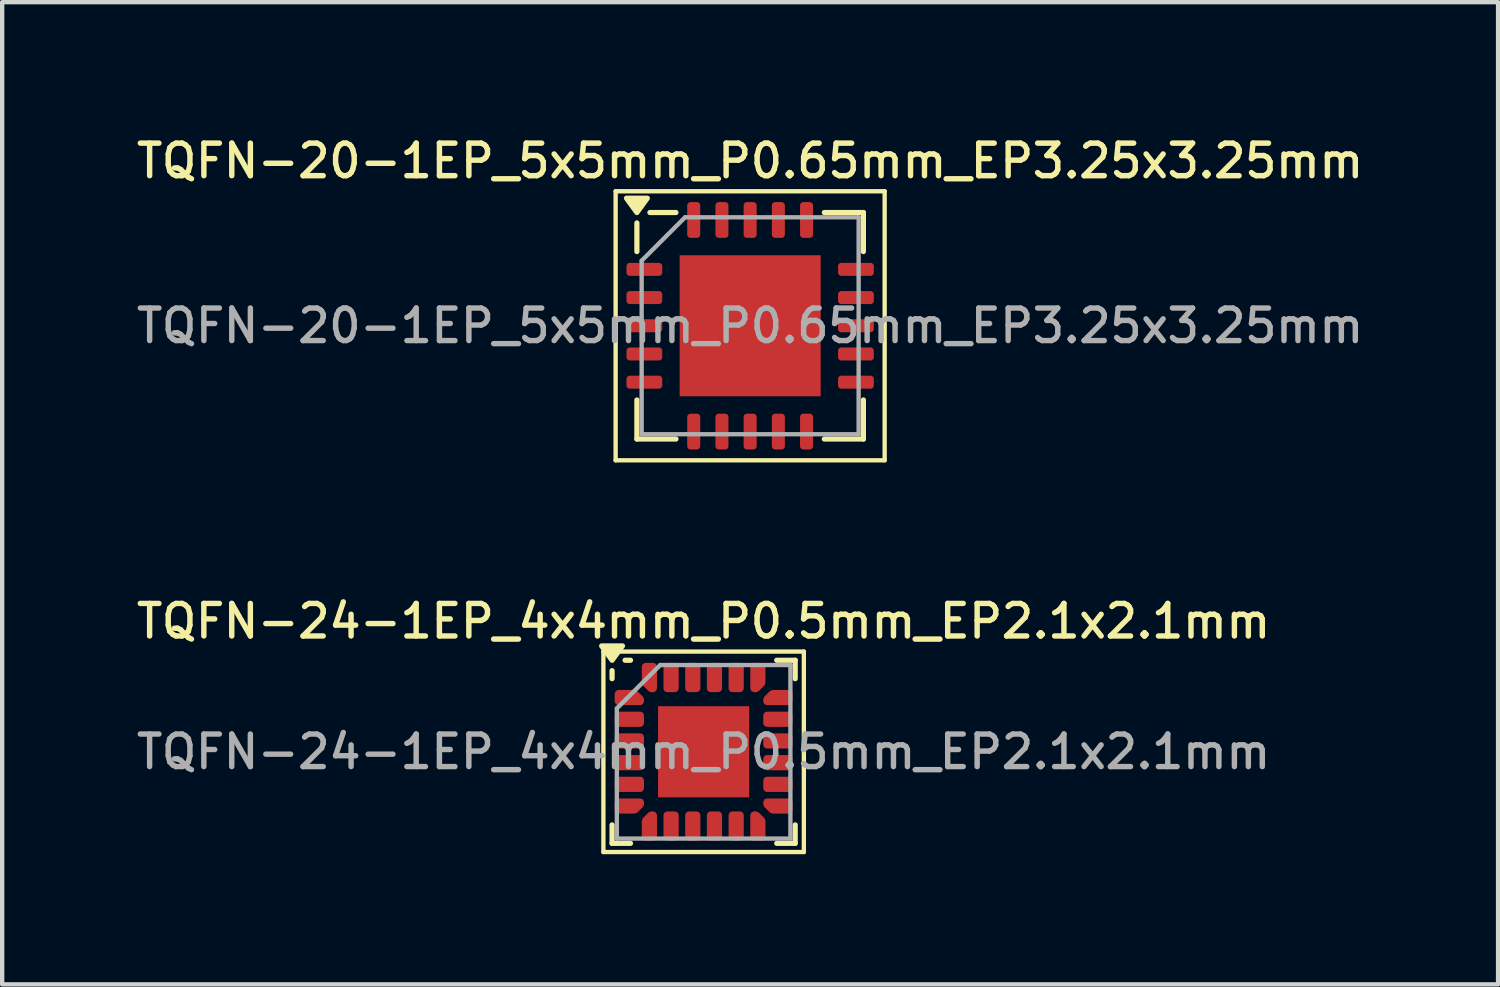
<source format=kicad_pcb>
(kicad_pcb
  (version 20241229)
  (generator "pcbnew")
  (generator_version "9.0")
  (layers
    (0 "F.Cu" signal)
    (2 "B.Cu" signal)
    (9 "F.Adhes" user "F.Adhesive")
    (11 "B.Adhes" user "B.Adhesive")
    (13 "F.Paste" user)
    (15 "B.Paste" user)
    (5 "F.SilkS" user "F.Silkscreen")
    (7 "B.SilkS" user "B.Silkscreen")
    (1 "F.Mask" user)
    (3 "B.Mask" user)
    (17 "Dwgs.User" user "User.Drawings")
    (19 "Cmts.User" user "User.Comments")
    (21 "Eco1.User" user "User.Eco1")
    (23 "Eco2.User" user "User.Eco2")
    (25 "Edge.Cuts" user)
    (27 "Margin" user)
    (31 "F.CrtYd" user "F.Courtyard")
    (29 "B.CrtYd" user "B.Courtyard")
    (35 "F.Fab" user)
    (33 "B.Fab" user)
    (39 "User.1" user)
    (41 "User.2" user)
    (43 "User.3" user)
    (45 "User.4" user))
  (footprint "TQFN-20-1EP_5x5mm_P0.65mm_EP3.25x3.25mm"
    (layer "F.Cu")
    (at 14.238 4.458)
    (property "Reference" "TQFN-20-1EP_5x5mm_P0.65mm_EP3.25x3.25mm" (at 0 -3.8 0) (layer "F.SilkS") (effects (font (size 0.75 0.75) (thickness 0.125))))
    (attr smd)
    (fp_line (start -3.1 -3.1) (end -3.1 3.1) (stroke (width 0.1) (type solid)) (layer "F.SilkS"))
    (fp_line (start -3.1 3.1) (end 3.1 3.1) (stroke (width 0.1) (type solid)) (layer "F.SilkS"))
    (fp_line (start -2.61 -1.71) (end -2.61 -2.37) (stroke (width 0.12) (type solid)) (layer "F.SilkS"))
    (fp_line (start -2.61 2.61) (end -2.61 1.71) (stroke (width 0.12) (type solid)) (layer "F.SilkS"))
    (fp_line (start -1.71 -2.61) (end -2.31 -2.61) (stroke (width 0.12) (type solid)) (layer "F.SilkS"))
    (fp_line (start -1.71 2.61) (end -2.61 2.61) (stroke (width 0.12) (type solid)) (layer "F.SilkS"))
    (fp_line (start 1.71 -2.61) (end 2.61 -2.61) (stroke (width 0.12) (type solid)) (layer "F.SilkS"))
    (fp_line (start 1.71 2.61) (end 2.61 2.61) (stroke (width 0.12) (type solid)) (layer "F.SilkS"))
    (fp_line (start 2.61 -2.61) (end 2.61 -1.71) (stroke (width 0.12) (type solid)) (layer "F.SilkS"))
    (fp_line (start 2.61 2.61) (end 2.61 1.71) (stroke (width 0.12) (type solid)) (layer "F.SilkS"))
    (fp_line (start 3.1 -3.1) (end -3.1 -3.1) (stroke (width 0.1) (type solid)) (layer "F.SilkS"))
    (fp_line (start 3.1 3.1) (end 3.1 -3.1) (stroke (width 0.1) (type solid)) (layer "F.SilkS"))
    (fp_poly (pts (xy -2.61 -2.61) (xy -2.85 -2.94) (xy -2.37 -2.94) (xy -2.61 -2.61)) (stroke (width 0.12) (type solid)) (fill yes) (layer "F.SilkS"))
    (fp_line (start -2.5 -1.5) (end -1.5 -2.5) (stroke (width 0.1) (type solid)) (layer "F.Fab"))
    (fp_line (start -2.5 2.5) (end -2.5 -1.5) (stroke (width 0.1) (type solid)) (layer "F.Fab"))
    (fp_line (start -1.5 -2.5) (end 2.5 -2.5) (stroke (width 0.1) (type solid)) (layer "F.Fab"))
    (fp_line (start 2.5 -2.5) (end 2.5 2.5) (stroke (width 0.1) (type solid)) (layer "F.Fab"))
    (fp_line (start 2.5 2.5) (end -2.5 2.5) (stroke (width 0.1) (type solid)) (layer "F.Fab"))
    (fp_text user "${REFERENCE}" (at 0 0 0) (layer "F.Fab") (effects (font (size 0.75 0.75) (thickness 0.125))))
    (pad "" smd roundrect (at -0.81 -0.81) (size 1.31 1.31) (layers "F.Paste") (roundrect_rratio 0.191))
    (pad "" smd roundrect (at -0.81 0.81) (size 1.31 1.31) (layers "F.Paste") (roundrect_rratio 0.191))
    (pad "" smd roundrect (at 0.81 -0.81) (size 1.31 1.31) (layers "F.Paste") (roundrect_rratio 0.191))
    (pad "" smd roundrect (at 0.81 0.81) (size 1.31 1.31) (layers "F.Paste") (roundrect_rratio 0.191))
    (pad "1" smd roundrect (at -2.438 -1.3) (size 0.825 0.3) (layers "F.Cu" "F.Mask" "F.Paste") (roundrect_rratio 0.25))
    (pad "2" smd roundrect (at -2.438 -0.65) (size 0.825 0.3) (layers "F.Cu" "F.Mask" "F.Paste") (roundrect_rratio 0.25))
    (pad "3" smd roundrect (at -2.438 0) (size 0.825 0.3) (layers "F.Cu" "F.Mask" "F.Paste") (roundrect_rratio 0.25))
    (pad "4" smd roundrect (at -2.438 0.65) (size 0.825 0.3) (layers "F.Cu" "F.Mask" "F.Paste") (roundrect_rratio 0.25))
    (pad "5" smd roundrect (at -2.438 1.3) (size 0.825 0.3) (layers "F.Cu" "F.Mask" "F.Paste") (roundrect_rratio 0.25))
    (pad "6" smd roundrect (at -1.3 2.438) (size 0.3 0.825) (layers "F.Cu" "F.Mask" "F.Paste") (roundrect_rratio 0.25))
    (pad "7" smd roundrect (at -0.65 2.438) (size 0.3 0.825) (layers "F.Cu" "F.Mask" "F.Paste") (roundrect_rratio 0.25))
    (pad "8" smd roundrect (at 0 2.438) (size 0.3 0.825) (layers "F.Cu" "F.Mask" "F.Paste") (roundrect_rratio 0.25))
    (pad "9" smd roundrect (at 0.65 2.438) (size 0.3 0.825) (layers "F.Cu" "F.Mask" "F.Paste") (roundrect_rratio 0.25))
    (pad "10" smd roundrect (at 1.3 2.438) (size 0.3 0.825) (layers "F.Cu" "F.Mask" "F.Paste") (roundrect_rratio 0.25))
    (pad "11" smd roundrect (at 2.438 1.3) (size 0.825 0.3) (layers "F.Cu" "F.Mask" "F.Paste") (roundrect_rratio 0.25))
    (pad "12" smd roundrect (at 2.438 0.65) (size 0.825 0.3) (layers "F.Cu" "F.Mask" "F.Paste") (roundrect_rratio 0.25))
    (pad "13" smd roundrect (at 2.438 0) (size 0.825 0.3) (layers "F.Cu" "F.Mask" "F.Paste") (roundrect_rratio 0.25))
    (pad "14" smd roundrect (at 2.438 -0.65) (size 0.825 0.3) (layers "F.Cu" "F.Mask" "F.Paste") (roundrect_rratio 0.25))
    (pad "15" smd roundrect (at 2.438 -1.3) (size 0.825 0.3) (layers "F.Cu" "F.Mask" "F.Paste") (roundrect_rratio 0.25))
    (pad "16" smd roundrect (at 1.3 -2.438) (size 0.3 0.825) (layers "F.Cu" "F.Mask" "F.Paste") (roundrect_rratio 0.25))
    (pad "17" smd roundrect (at 0.65 -2.438) (size 0.3 0.825) (layers "F.Cu" "F.Mask" "F.Paste") (roundrect_rratio 0.25))
    (pad "18" smd roundrect (at 0 -2.438) (size 0.3 0.825) (layers "F.Cu" "F.Mask" "F.Paste") (roundrect_rratio 0.25))
    (pad "19" smd roundrect (at -0.65 -2.438) (size 0.3 0.825) (layers "F.Cu" "F.Mask" "F.Paste") (roundrect_rratio 0.25))
    (pad "20" smd roundrect (at -1.3 -2.438) (size 0.3 0.825) (layers "F.Cu" "F.Mask" "F.Paste") (roundrect_rratio 0.25))
    (pad "21" smd rect (at 0 0) (size 3.25 3.25) (property pad_prop_heatsink) (layers "F.Cu" "F.Mask")))
  (footprint "TQFN-24-1EP_4x4mm_P0.5mm_EP2.1x2.1mm"
    (layer "F.Cu")
    (at 13.166 14.276)
    (property "Reference" "TQFN-24-1EP_4x4mm_P0.5mm_EP2.1x2.1mm" (at 0 -3.01 0) (layer "F.SilkS") (effects (font (size 0.75 0.75) (thickness 0.125))))
    (attr smd)
    (fp_line (start -2.31 -2.31) (end -2.31 2.31) (stroke (width 0.1) (type solid)) (layer "F.SilkS"))
    (fp_line (start -2.31 2.31) (end 2.31 2.31) (stroke (width 0.1) (type solid)) (layer "F.SilkS"))
    (fp_line (start -2.11 -1.685) (end -2.11 -1.87) (stroke (width 0.12) (type solid)) (layer "F.SilkS"))
    (fp_line (start -2.11 2.11) (end -2.11 1.685) (stroke (width 0.12) (type solid)) (layer "F.SilkS"))
    (fp_line (start -1.685 -2.11) (end -1.81 -2.11) (stroke (width 0.12) (type solid)) (layer "F.SilkS"))
    (fp_line (start -1.685 2.11) (end -2.11 2.11) (stroke (width 0.12) (type solid)) (layer "F.SilkS"))
    (fp_line (start 1.685 -2.11) (end 2.11 -2.11) (stroke (width 0.12) (type solid)) (layer "F.SilkS"))
    (fp_line (start 1.685 2.11) (end 2.11 2.11) (stroke (width 0.12) (type solid)) (layer "F.SilkS"))
    (fp_line (start 2.11 -2.11) (end 2.11 -1.685) (stroke (width 0.12) (type solid)) (layer "F.SilkS"))
    (fp_line (start 2.11 2.11) (end 2.11 1.685) (stroke (width 0.12) (type solid)) (layer "F.SilkS"))
    (fp_line (start 2.31 -2.31) (end -2.31 -2.31) (stroke (width 0.1) (type solid)) (layer "F.SilkS"))
    (fp_line (start 2.31 2.31) (end 2.31 -2.31) (stroke (width 0.1) (type solid)) (layer "F.SilkS"))
    (fp_poly (pts (xy -2.11 -2.11) (xy -2.35 -2.44) (xy -1.87 -2.44) (xy -2.11 -2.11)) (stroke (width 0.12) (type solid)) (fill yes) (layer "F.SilkS"))
    (fp_line (start -2 -1) (end -1 -2) (stroke (width 0.1) (type solid)) (layer "F.Fab"))
    (fp_line (start -2 2) (end -2 -1) (stroke (width 0.1) (type solid)) (layer "F.Fab"))
    (fp_line (start -1 -2) (end 2 -2) (stroke (width 0.1) (type solid)) (layer "F.Fab"))
    (fp_line (start 2 -2) (end 2 2) (stroke (width 0.1) (type solid)) (layer "F.Fab"))
    (fp_line (start 2 2) (end -2 2) (stroke (width 0.1) (type solid)) (layer "F.Fab"))
    (fp_text user "${REFERENCE}" (at 0 0 0) (layer "F.Fab") (effects (font (size 0.75 0.75) (thickness 0.125))))
    (pad "" smd roundrect (at -0.525 -0.525) (size 0.85 0.85) (layers "F.Paste") (roundrect_rratio 0.25))
    (pad "" smd roundrect (at -0.525 0.525) (size 0.85 0.85) (layers "F.Paste") (roundrect_rratio 0.25))
    (pad "" smd roundrect (at 0.525 -0.525) (size 0.85 0.85) (layers "F.Paste") (roundrect_rratio 0.25))
    (pad "" smd roundrect (at 0.525 0.525) (size 0.85 0.85) (layers "F.Paste") (roundrect_rratio 0.25))
    (pad "1" smd custom (at -1.712 -1.25) (size 0.223 0.223) (layers "F.Cu" "F.Mask" "F.Paste") (options (anchor circle)) (primitives (gr_poly (pts (xy -0.253 -0.09) (xy 0.122 -0.09) (xy 0.253 0.04) (xy 0.253 0.09) (xy -0.253 0.09)) (width 0.17) (fill yes))))
    (pad "2" smd roundrect (at -1.712 -0.75) (size 0.675 0.35) (layers "F.Cu" "F.Mask" "F.Paste") (roundrect_rratio 0.25))
    (pad "3" smd roundrect (at -1.712 -0.25) (size 0.675 0.35) (layers "F.Cu" "F.Mask" "F.Paste") (roundrect_rratio 0.25))
    (pad "4" smd roundrect (at -1.712 0.25) (size 0.675 0.35) (layers "F.Cu" "F.Mask" "F.Paste") (roundrect_rratio 0.25))
    (pad "5" smd roundrect (at -1.712 0.75) (size 0.675 0.35) (layers "F.Cu" "F.Mask" "F.Paste") (roundrect_rratio 0.25))
    (pad "6" smd custom (at -1.712 1.25) (size 0.223 0.223) (layers "F.Cu" "F.Mask" "F.Paste") (options (anchor circle)) (primitives (gr_poly (pts (xy -0.253 -0.09) (xy 0.253 -0.09) (xy 0.253 -0.04) (xy 0.122 0.09) (xy -0.253 0.09)) (width 0.17) (fill yes))))
    (pad "7" smd custom (at -1.25 1.712) (size 0.223 0.223) (layers "F.Cu" "F.Mask" "F.Paste") (options (anchor circle)) (primitives (gr_poly (pts (xy -0.09 -0.122) (xy 0.04 -0.253) (xy 0.09 -0.253) (xy 0.09 0.253) (xy -0.09 0.253)) (width 0.17) (fill yes))))
    (pad "8" smd roundrect (at -0.75 1.712) (size 0.35 0.675) (layers "F.Cu" "F.Mask" "F.Paste") (roundrect_rratio 0.25))
    (pad "9" smd roundrect (at -0.25 1.712) (size 0.35 0.675) (layers "F.Cu" "F.Mask" "F.Paste") (roundrect_rratio 0.25))
    (pad "10" smd roundrect (at 0.25 1.712) (size 0.35 0.675) (layers "F.Cu" "F.Mask" "F.Paste") (roundrect_rratio 0.25))
    (pad "11" smd roundrect (at 0.75 1.712) (size 0.35 0.675) (layers "F.Cu" "F.Mask" "F.Paste") (roundrect_rratio 0.25))
    (pad "12" smd custom (at 1.25 1.712) (size 0.223 0.223) (layers "F.Cu" "F.Mask" "F.Paste") (options (anchor circle)) (primitives (gr_poly (pts (xy -0.09 -0.253) (xy -0.04 -0.253) (xy 0.09 -0.122) (xy 0.09 0.253) (xy -0.09 0.253)) (width 0.17) (fill yes))))
    (pad "13" smd custom (at 1.712 1.25) (size 0.223 0.223) (layers "F.Cu" "F.Mask" "F.Paste") (options (anchor circle)) (primitives (gr_poly (pts (xy -0.253 -0.09) (xy 0.253 -0.09) (xy 0.253 0.09) (xy -0.122 0.09) (xy -0.253 -0.04)) (width 0.17) (fill yes))))
    (pad "14" smd roundrect (at 1.712 0.75) (size 0.675 0.35) (layers "F.Cu" "F.Mask" "F.Paste") (roundrect_rratio 0.25))
    (pad "15" smd roundrect (at 1.712 0.25) (size 0.675 0.35) (layers "F.Cu" "F.Mask" "F.Paste") (roundrect_rratio 0.25))
    (pad "16" smd roundrect (at 1.712 -0.25) (size 0.675 0.35) (layers "F.Cu" "F.Mask" "F.Paste") (roundrect_rratio 0.25))
    (pad "17" smd roundrect (at 1.712 -0.75) (size 0.675 0.35) (layers "F.Cu" "F.Mask" "F.Paste") (roundrect_rratio 0.25))
    (pad "18" smd custom (at 1.712 -1.25) (size 0.223 0.223) (layers "F.Cu" "F.Mask" "F.Paste") (options (anchor circle)) (primitives (gr_poly (pts (xy -0.253 0.04) (xy -0.122 -0.09) (xy 0.253 -0.09) (xy 0.253 0.09) (xy -0.253 0.09)) (width 0.17) (fill yes))))
    (pad "19" smd custom (at 1.25 -1.712) (size 0.223 0.223) (layers "F.Cu" "F.Mask" "F.Paste") (options (anchor circle)) (primitives (gr_poly (pts (xy -0.09 -0.253) (xy 0.09 -0.253) (xy 0.09 0.122) (xy -0.04 0.253) (xy -0.09 0.253)) (width 0.17) (fill yes))))
    (pad "20" smd roundrect (at 0.75 -1.712) (size 0.35 0.675) (layers "F.Cu" "F.Mask" "F.Paste") (roundrect_rratio 0.25))
    (pad "21" smd roundrect (at 0.25 -1.712) (size 0.35 0.675) (layers "F.Cu" "F.Mask" "F.Paste") (roundrect_rratio 0.25))
    (pad "22" smd roundrect (at -0.25 -1.712) (size 0.35 0.675) (layers "F.Cu" "F.Mask" "F.Paste") (roundrect_rratio 0.25))
    (pad "23" smd roundrect (at -0.75 -1.712) (size 0.35 0.675) (layers "F.Cu" "F.Mask" "F.Paste") (roundrect_rratio 0.25))
    (pad "24" smd custom (at -1.25 -1.712) (size 0.223 0.223) (layers "F.Cu" "F.Mask" "F.Paste") (options (anchor circle)) (primitives (gr_poly (pts (xy -0.09 -0.253) (xy 0.09 -0.253) (xy 0.09 0.253) (xy 0.04 0.253) (xy -0.09 0.122)) (width 0.17) (fill yes))))
    (pad "25" smd rect (at 0 0) (size 2.1 2.1) (property pad_prop_heatsink) (layers "F.Cu" "F.Mask")))
  (gr_rect
    (start -3 -3)
    (end 31.475 19.636)
    (stroke (width 0.1) (type default))
    (fill no)
    (layer "Edge.Cuts")))
</source>
